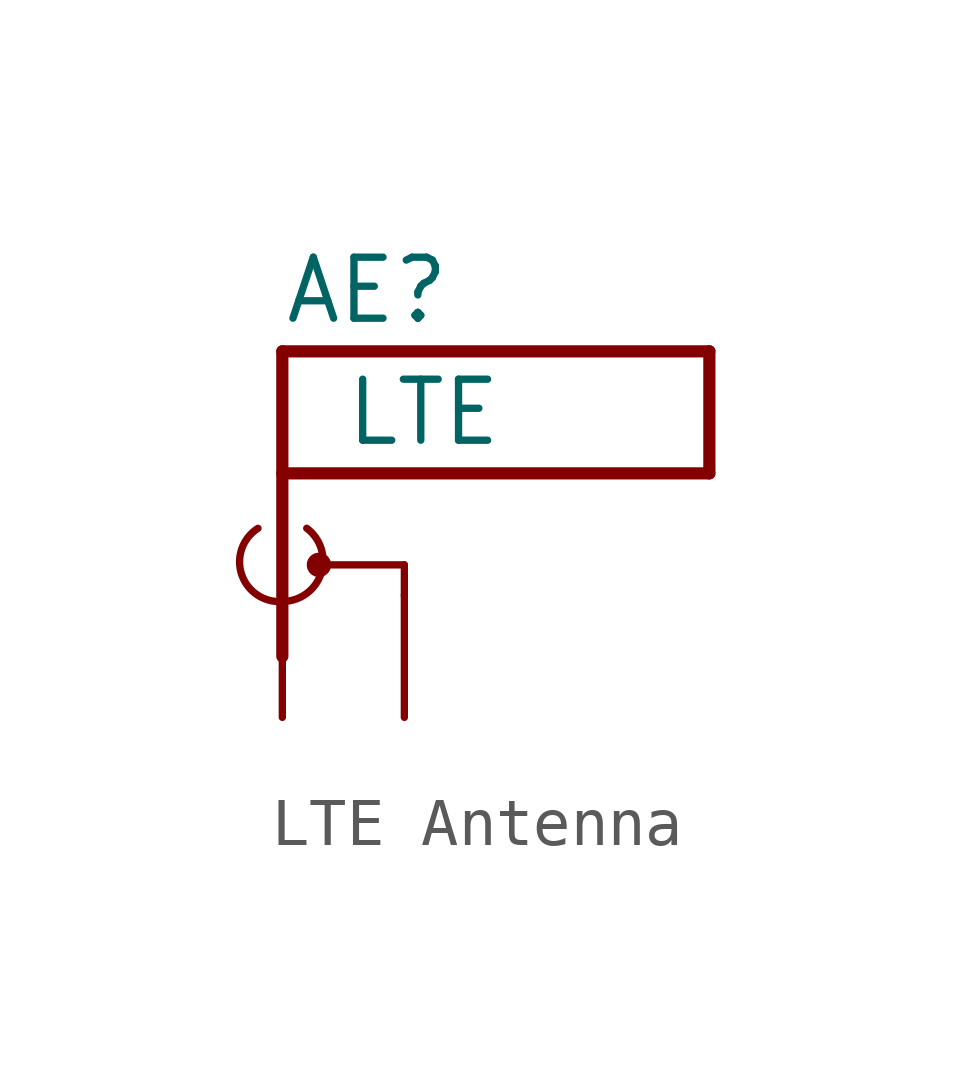
<source format=kicad_sym>
(kicad_symbol_lib
  (version 20241209)
  (generator "kicad_symbol_editor")
  (generator_version "9.0")
  (symbol "LTE Antenna"
    (pin_numbers
      (hide yes))
    (pin_names
      (offset 0.635)
      (hide yes))
    (property "Reference" "AE"
      (at 0 3.81 0)
      (do_not_autoplace)
      (effects (font (size 1.27 1.27)) (justify left)))
    (property "Value" "LTE"
      (at 1.27 1.27 0)
      (do_not_autoplace)
      (effects (font (size 1.27 1.27)) (justify left)))
    (symbol "LTE Antenna_0_1"
      (arc (start 0 -2.667) (mid -0.8485 -2.1032) (end -0.508 -1.143) (stroke (width 0) (type default)) (fill (type none)))
      (polyline (pts (xy 0 2.54) (xy 0 -3.81)) (stroke (width 0.254) (type default)) (fill (type none)))
      (polyline (pts (xy 0 2.54) (xy 8.89 2.54)) (stroke (width 0.254) (type default)) (fill (type none)))
      (polyline (pts (xy 0 0) (xy 8.89 0)) (stroke (width 0.254) (type default)) (fill (type none)))
      (polyline (pts (xy 0 -2.54) (xy 0 0)) (stroke (width 0) (type default)) (fill (type none)))
      (arc (start 0.508 -1.143) (mid 0.8046 -2.0885) (end 0 -2.667) (stroke (width 0) (type default)) (fill (type none)))
      (polyline (pts (xy 0.762 -1.905) (xy 2.54 -1.905)) (stroke (width 0) (type default)) (fill (type none)))
      (circle (center 0.762 -1.905) (radius 0.178) (stroke (width 0) (type default)) (fill (type outline)))
      (polyline (pts (xy 2.54 -2.54) (xy 2.54 -1.905)) (stroke (width 0) (type default)) (fill (type none)))
      (polyline (pts (xy 8.89 0) (xy 8.89 2.54)) (stroke (width 0.254) (type default)) (fill (type none))))
    (symbol "LTE Antenna_1_1"
      (pin input line (at 0 -5.08 90) (length 2.54) (name "A" (effects (font (size 1.27 1.27)))) (number "1" (effects (font (size 1.27 1.27)))))
      (pin no_connect line (at 2.54 0 180) (length 2.54) (hide yes) (name "NC" (effects (font (size 0.991 0.991)))) (number "3" (effects (font (size 0.991 0.991)))))
      (pin no_connect line (at 2.54 0 180) (length 2.54) (hide yes) (name "NC" (effects (font (size 0.991 0.991)))) (number "4" (effects (font (size 0.991 0.991)))))
      (pin no_connect line (at 2.54 0 180) (length 2.54) (hide yes) (name "NC" (effects (font (size 0.991 0.991)))) (number "5" (effects (font (size 0.991 0.991)))))
      (pin no_connect line (at 2.54 0 180) (length 2.54) (hide yes) (name "NC" (effects (font (size 0.991 0.991)))) (number "6" (effects (font (size 0.991 0.991)))))
      (pin no_connect line (at 2.54 0 180) (length 2.54) (hide yes) (name "NC" (effects (font (size 0.991 0.991)))) (number "7" (effects (font (size 0.991 0.991)))))
      (pin input line (at 2.54 -5.08 90) (length 2.54) (name "Shield" (effects (font (size 1.27 1.27)))) (number "2" (effects (font (size 1.27 1.27))))))))
</source>
